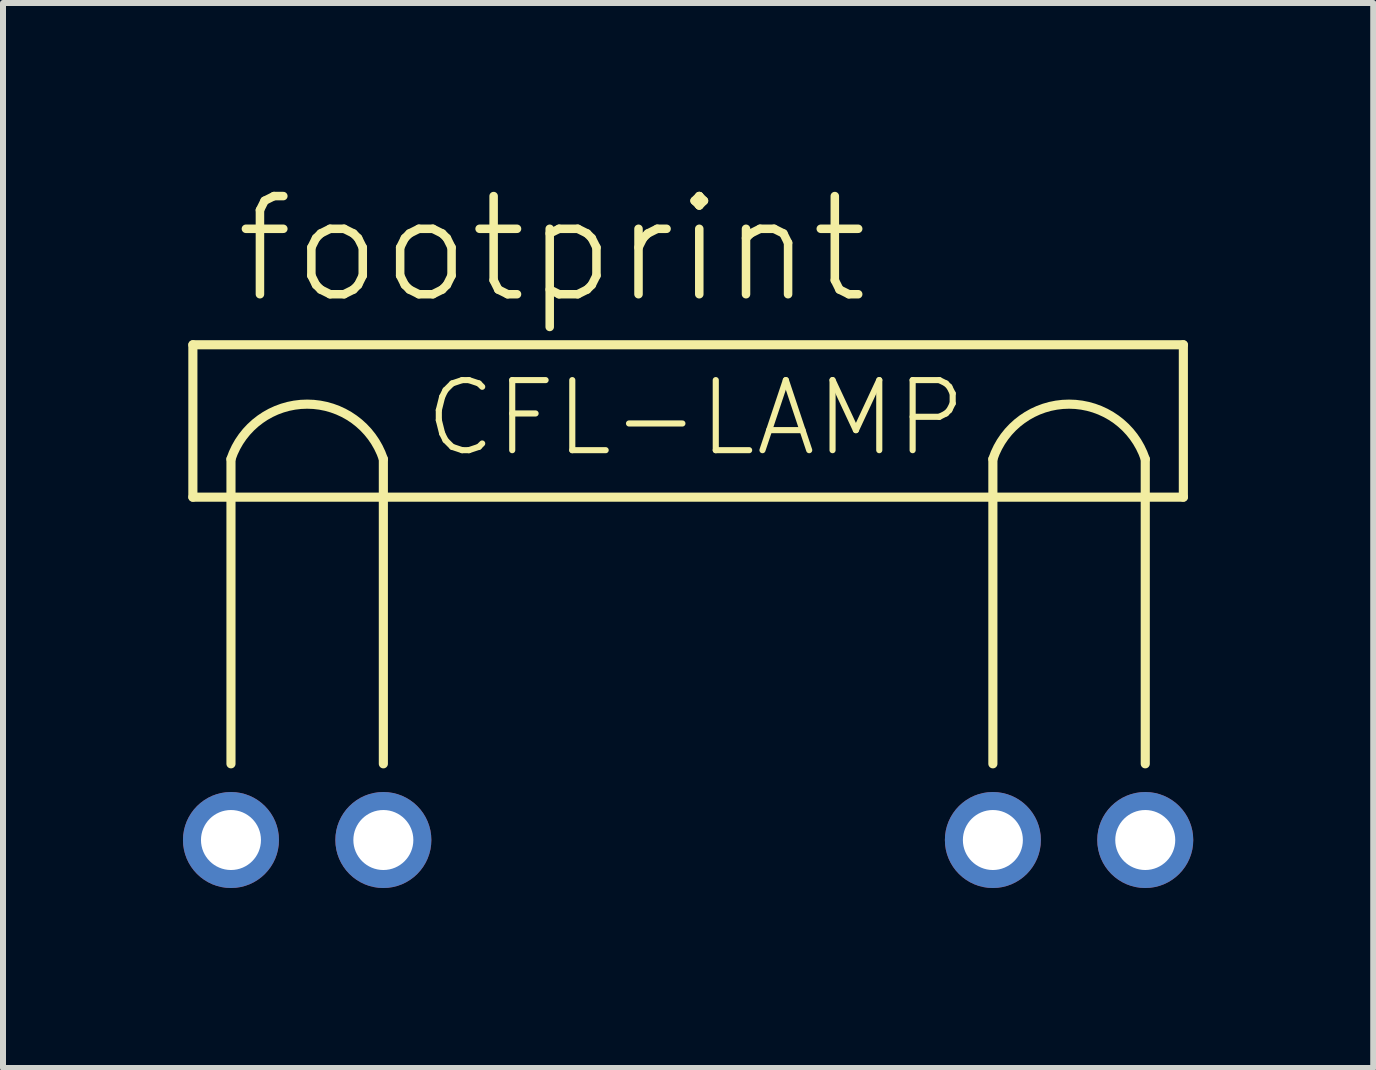
<source format=kicad_pcb>
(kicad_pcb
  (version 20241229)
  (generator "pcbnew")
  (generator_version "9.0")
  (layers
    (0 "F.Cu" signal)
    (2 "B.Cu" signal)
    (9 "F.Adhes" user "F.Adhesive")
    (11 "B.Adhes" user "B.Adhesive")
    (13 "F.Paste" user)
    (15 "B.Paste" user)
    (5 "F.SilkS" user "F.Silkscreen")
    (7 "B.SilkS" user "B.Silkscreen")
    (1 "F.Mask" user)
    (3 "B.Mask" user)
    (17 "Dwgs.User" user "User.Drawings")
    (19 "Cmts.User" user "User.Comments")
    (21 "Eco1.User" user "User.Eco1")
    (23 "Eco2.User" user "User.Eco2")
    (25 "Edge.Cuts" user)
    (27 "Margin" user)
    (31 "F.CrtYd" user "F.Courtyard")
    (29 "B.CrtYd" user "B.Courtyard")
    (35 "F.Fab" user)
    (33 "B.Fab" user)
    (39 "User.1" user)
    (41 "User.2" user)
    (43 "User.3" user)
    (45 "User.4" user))
  (footprint "footprint"
    (layer "F.Cu")
    (at 8.42 10.952)
    (property "Reference" "footprint" (at -7.62 -8.89 0) (layer "F.SilkS") (effects (font (size 1.636 1.636) (thickness 0.142)) (justify left bottom)))
    (fp_line (start -8.255 -8.255) (end 8.255 -8.255) (stroke (width 0.152) (type solid)) (layer "F.SilkS"))
    (fp_line (start -8.255 -5.715) (end -8.255 -8.255) (stroke (width 0.152) (type solid)) (layer "F.SilkS"))
    (fp_line (start -7.62 -1.27) (end -7.62 -6.35) (stroke (width 0.152) (type solid)) (layer "F.SilkS"))
    (fp_line (start -5.08 -6.35) (end -5.08 -1.27) (stroke (width 0.152) (type solid)) (layer "F.SilkS"))
    (fp_line (start 5.08 -1.27) (end 5.08 -6.35) (stroke (width 0.152) (type solid)) (layer "F.SilkS"))
    (fp_line (start 7.62 -6.35) (end 7.62 -1.27) (stroke (width 0.152) (type solid)) (layer "F.SilkS"))
    (fp_line (start 8.255 -8.255) (end 8.255 -5.715) (stroke (width 0.152) (type solid)) (layer "F.SilkS"))
    (fp_line (start 8.255 -5.715) (end -8.255 -5.715) (stroke (width 0.152) (type solid)) (layer "F.SilkS"))
    (fp_arc (start -7.62 -6.35) (mid -6.35 -7.265319) (end -5.08 -6.35) (stroke (width 0.1524) (type solid)) (layer "F.SilkS"))
    (fp_arc (start 5.08 -6.35) (mid 6.350001 -7.265386) (end 7.620001 -6.349998) (stroke (width 0.1524) (type solid)) (layer "F.SilkS"))
    (fp_text user "CFL-LAMP" (at -4.445 -6.35 0) (layer "F.SilkS") (effects (font (size 1.168 1.168) (thickness 0.102)) (justify left bottom)))
    (pad "1" thru_hole circle (at -7.62 0) (size 1.6 1.6) (drill 1) (layers "*.Cu" "*.Mask"))
    (pad "2" thru_hole circle (at -5.08 0) (size 1.6 1.6) (drill 1) (layers "*.Cu" "*.Mask"))
    (pad "3" thru_hole circle (at 5.08 0) (size 1.6 1.6) (drill 1) (layers "*.Cu" "*.Mask"))
    (pad "4" thru_hole circle (at 7.62 0) (size 1.6 1.6) (drill 1) (layers "*.Cu" "*.Mask")))
  (gr_rect
    (start -3 -3)
    (end 19.84 14.752)
    (stroke (width 0.1) (type default))
    (fill no)
    (layer "Edge.Cuts")))
</source>
